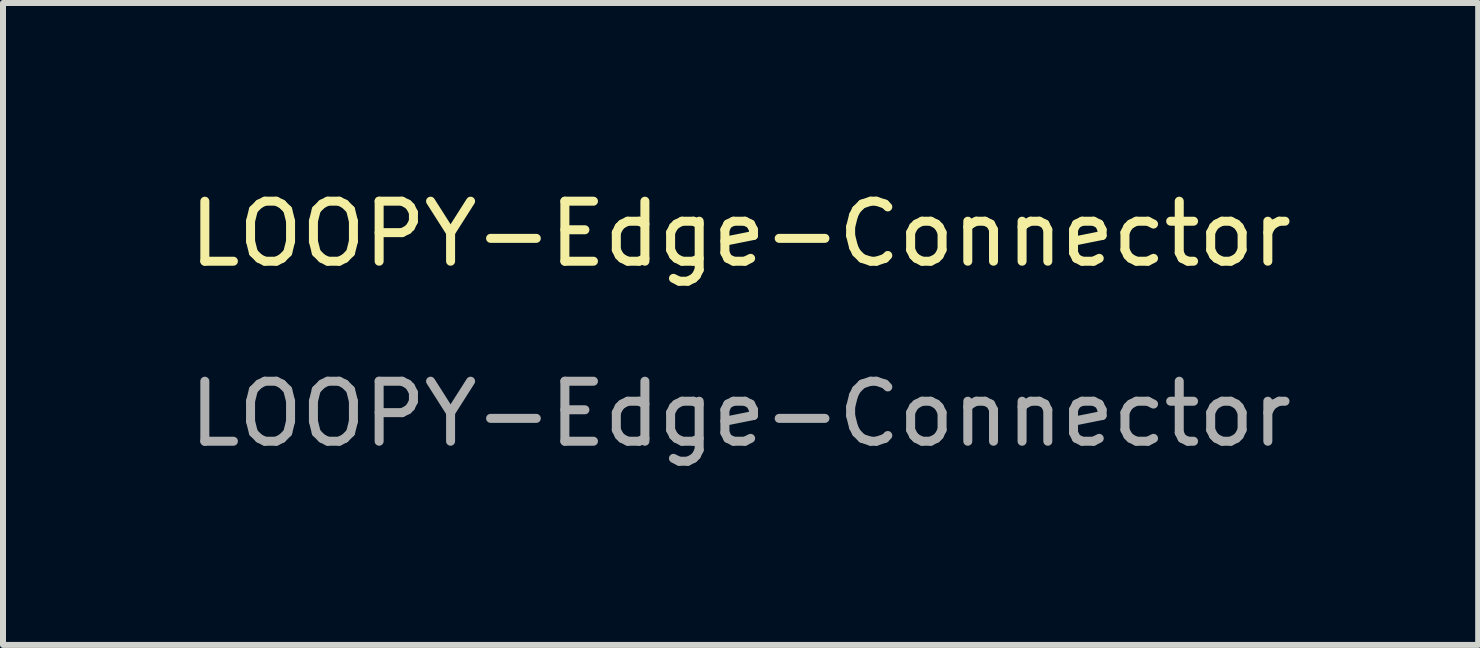
<source format=kicad_pcb>
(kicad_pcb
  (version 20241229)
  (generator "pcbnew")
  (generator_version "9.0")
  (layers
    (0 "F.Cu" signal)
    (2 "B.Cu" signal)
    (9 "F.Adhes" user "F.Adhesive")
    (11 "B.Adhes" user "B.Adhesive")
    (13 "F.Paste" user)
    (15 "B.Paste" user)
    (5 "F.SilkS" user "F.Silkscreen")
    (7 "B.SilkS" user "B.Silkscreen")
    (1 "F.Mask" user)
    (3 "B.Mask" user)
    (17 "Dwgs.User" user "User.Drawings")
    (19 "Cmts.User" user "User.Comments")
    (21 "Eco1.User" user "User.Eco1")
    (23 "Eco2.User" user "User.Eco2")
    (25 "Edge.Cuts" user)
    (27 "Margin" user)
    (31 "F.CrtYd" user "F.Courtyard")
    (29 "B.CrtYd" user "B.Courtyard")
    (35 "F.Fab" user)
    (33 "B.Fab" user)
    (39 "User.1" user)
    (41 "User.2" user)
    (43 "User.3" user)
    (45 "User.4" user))
  (footprint "LOOPY-Edge-Connector"
    (layer "F.Cu")
    (at 9.292 1.348)
    (property "Reference" "LOOPY-Edge-Connector" (at 0 -0.5 0) (unlocked yes) (layer "F.SilkS") (effects (font (size 1 1) (thickness 0.15))))
    (attr smd)
    (fp_text user "${REFERENCE}" (at 0 2.5 0) (unlocked yes) (layer "F.Fab") (effects (font (size 1 1) (thickness 0.15)))))
  (gr_rect
    (start -3 -3)
    (end 21.583 7.697)
    (stroke (width 0.1) (type default))
    (fill no)
    (layer "Edge.Cuts")))
</source>
